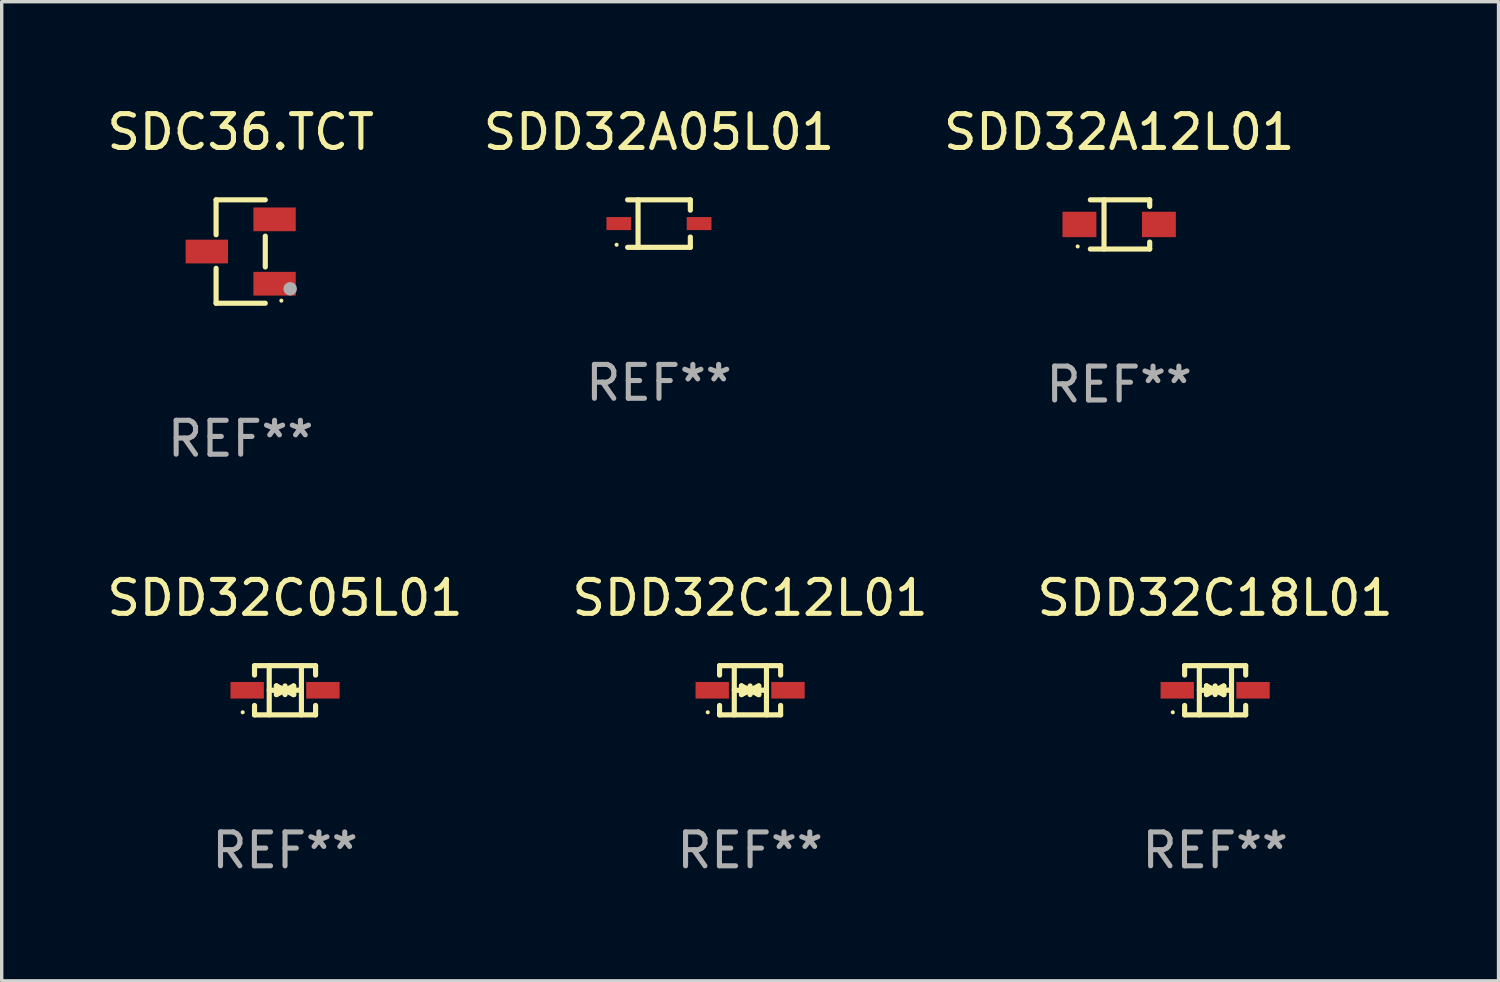
<source format=kicad_pcb>
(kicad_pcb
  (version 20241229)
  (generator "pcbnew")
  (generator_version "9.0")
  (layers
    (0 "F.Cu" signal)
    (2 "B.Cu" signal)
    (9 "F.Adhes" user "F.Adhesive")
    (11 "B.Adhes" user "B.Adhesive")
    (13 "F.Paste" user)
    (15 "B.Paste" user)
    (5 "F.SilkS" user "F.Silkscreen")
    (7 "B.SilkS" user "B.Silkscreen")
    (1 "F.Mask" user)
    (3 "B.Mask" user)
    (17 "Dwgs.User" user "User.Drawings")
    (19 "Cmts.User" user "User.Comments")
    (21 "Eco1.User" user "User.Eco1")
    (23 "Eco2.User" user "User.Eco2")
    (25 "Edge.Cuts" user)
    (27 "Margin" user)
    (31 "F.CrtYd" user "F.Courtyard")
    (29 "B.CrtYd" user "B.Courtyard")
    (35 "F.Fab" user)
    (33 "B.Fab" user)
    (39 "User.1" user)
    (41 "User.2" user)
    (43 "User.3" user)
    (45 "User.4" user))
  (footprint "SDD32A12L01"
    (layer "F.Cu")
    (at 29.982 3.574)
    (property "Reference" "SDD32A12L01" (at 0 -2.726 0) (layer "F.SilkS") (effects (font (size 1 1) (thickness 0.15))))
    (attr through_hole)
    (fp_line (start -0.851 -0.726) (end 0.901 -0.726) (stroke (width 0.152) (type solid)) (layer "F.SilkS"))
    (fp_line (start -0.851 0.726) (end 0.901 0.726) (stroke (width 0.152) (type solid)) (layer "F.SilkS"))
    (fp_line (start -0.447 -0.726) (end -0.447 0.726) (stroke (width 0.152) (type solid)) (layer "F.SilkS"))
    (fp_line (start 0.901 -0.726) (end 0.901 -0.53) (stroke (width 0.152) (type solid)) (layer "F.SilkS"))
    (fp_line (start 0.901 0.726) (end 0.901 0.52) (stroke (width 0.152) (type solid)) (layer "F.SilkS"))
    (fp_circle (center -1.225 0.65) (end -1.195 0.65) (stroke (width 0.06) (type solid)) (fill no) (layer "F.SilkS"))
    (fp_text user "REF**" (at 0 4.726 0) (layer "F.Fab") (effects (font (size 1 1) (thickness 0.15))))
    (pad "1" smd rect (at -1.173 0) (size 1 0.75) (layers "F.Cu" "F.Mask" "F.Paste"))
    (pad "2" smd rect (at 1.173 0) (size 1 0.75) (layers "F.Cu" "F.Mask" "F.Paste")))
  (footprint "SDD32C12L01"
    (layer "F.Cu")
    (at 19.089 17.323)
    (property "Reference" "SDD32C12L01" (at 0 -2.726 0) (layer "F.SilkS") (effects (font (size 1 1) (thickness 0.15))))
    (attr through_hole)
    (fp_line (start -0.901 -0.726) (end -0.901 -0.448) (stroke (width 0.152) (type solid)) (layer "F.SilkS"))
    (fp_line (start -0.901 0.726) (end -0.901 0.448) (stroke (width 0.152) (type solid)) (layer "F.SilkS"))
    (fp_line (start -0.467 0) (end 0.483 -0.003) (stroke (width 0.154) (type solid)) (layer "F.SilkS"))
    (fp_line (start -0.467 0.726) (end -0.467 -0.726) (stroke (width 0.152) (type solid)) (layer "F.SilkS"))
    (fp_line (start -0.254 -0.127) (end -0.254 -0.127) (stroke (width 0.154) (type solid)) (layer "F.SilkS"))
    (fp_line (start -0.254 -0.127) (end -0.002 -0.003) (stroke (width 0.154) (type solid)) (layer "F.SilkS"))
    (fp_line (start -0.254 0.127) (end -0.254 -0.127) (stroke (width 0.154) (type solid)) (layer "F.SilkS"))
    (fp_line (start -0.127 0) (end 0.003 0) (stroke (width 0.154) (type solid)) (layer "F.SilkS"))
    (fp_line (start -0.003 0) (end -0.254 0.127) (stroke (width 0.154) (type solid)) (layer "F.SilkS"))
    (fp_line (start 0 -0.127) (end 0 0.127) (stroke (width 0.154) (type solid)) (layer "F.SilkS"))
    (fp_line (start 0.003 0) (end 0.254 -0.127) (stroke (width 0.154) (type solid)) (layer "F.SilkS"))
    (fp_line (start 0.127 0) (end -0.003 0) (stroke (width 0.154) (type solid)) (layer "F.SilkS"))
    (fp_line (start 0.254 -0.127) (end 0.254 0.127) (stroke (width 0.154) (type solid)) (layer "F.SilkS"))
    (fp_line (start 0.254 0.127) (end 0.002 0.003) (stroke (width 0.154) (type solid)) (layer "F.SilkS"))
    (fp_line (start 0.254 0.127) (end 0.254 0.127) (stroke (width 0.154) (type solid)) (layer "F.SilkS"))
    (fp_line (start 0.483 0.726) (end 0.483 -0.726) (stroke (width 0.152) (type solid)) (layer "F.SilkS"))
    (fp_line (start 0.901 -0.726) (end -0.901 -0.726) (stroke (width 0.152) (type solid)) (layer "F.SilkS"))
    (fp_line (start 0.901 -0.726) (end 0.901 -0.448) (stroke (width 0.152) (type solid)) (layer "F.SilkS"))
    (fp_line (start 0.901 0.726) (end -0.901 0.726) (stroke (width 0.152) (type solid)) (layer "F.SilkS"))
    (fp_line (start 0.901 0.726) (end 0.901 0.448) (stroke (width 0.152) (type solid)) (layer "F.SilkS"))
    (fp_circle (center -1.25 0.65) (end -1.22 0.65) (stroke (width 0.06) (type solid)) (fill no) (layer "F.SilkS"))
    (fp_text user "REF**" (at 0 4.726 0) (layer "F.Fab") (effects (font (size 1 1) (thickness 0.15))))
    (pad "1" smd rect (at -1.118 0) (size 0.985 0.49) (layers "F.Cu" "F.Mask" "F.Paste"))
    (pad "2" smd rect (at 1.118 0) (size 0.985 0.49) (layers "F.Cu" "F.Mask" "F.Paste")))
  (footprint "SDD32A05L01"
    (layer "F.Cu")
    (at 16.399 3.549)
    (property "Reference" "SDD32A05L01" (at 0 -2.701 0) (layer "F.SilkS") (effects (font (size 1 1) (thickness 0.15))))
    (attr through_hole)
    (fp_line (start -0.926 -0.701) (end 0.926 -0.701) (stroke (width 0.152) (type solid)) (layer "F.SilkS"))
    (fp_line (start -0.926 0.701) (end 0.926 0.701) (stroke (width 0.152) (type solid)) (layer "F.SilkS"))
    (fp_line (start -0.617 -0.701) (end -0.617 0.701) (stroke (width 0.152) (type solid)) (layer "F.SilkS"))
    (fp_line (start 0.926 -0.701) (end 0.926 -0.396) (stroke (width 0.152) (type solid)) (layer "F.SilkS"))
    (fp_line (start 0.926 0.701) (end 0.926 0.396) (stroke (width 0.152) (type solid)) (layer "F.SilkS"))
    (fp_circle (center -1.25 0.625) (end -1.22 0.625) (stroke (width 0.06) (type solid)) (fill no) (layer "F.SilkS"))
    (fp_text user "REF**" (at 0 4.701 0) (layer "F.Fab") (effects (font (size 1 1) (thickness 0.15))))
    (pad "1" smd rect (at -1.185 0 180) (size 0.73 0.385) (layers "F.Cu" "F.Mask" "F.Paste"))
    (pad "2" smd rect (at 1.185 0 180) (size 0.73 0.385) (layers "F.Cu" "F.Mask" "F.Paste")))
  (footprint "SDD32C05L01"
    (layer "F.Cu")
    (at 5.363 17.323)
    (property "Reference" "SDD32C05L01" (at 0 -2.726 0) (layer "F.SilkS") (effects (font (size 1 1) (thickness 0.15))))
    (attr through_hole)
    (fp_line (start -0.901 -0.726) (end -0.901 -0.448) (stroke (width 0.152) (type solid)) (layer "F.SilkS"))
    (fp_line (start -0.901 0.726) (end -0.901 0.448) (stroke (width 0.152) (type solid)) (layer "F.SilkS"))
    (fp_line (start -0.467 0) (end 0.483 -0.003) (stroke (width 0.154) (type solid)) (layer "F.SilkS"))
    (fp_line (start -0.467 0.726) (end -0.467 -0.726) (stroke (width 0.152) (type solid)) (layer "F.SilkS"))
    (fp_line (start -0.254 -0.127) (end -0.254 -0.127) (stroke (width 0.154) (type solid)) (layer "F.SilkS"))
    (fp_line (start -0.254 -0.127) (end -0.002 -0.003) (stroke (width 0.154) (type solid)) (layer "F.SilkS"))
    (fp_line (start -0.254 0.127) (end -0.254 -0.127) (stroke (width 0.154) (type solid)) (layer "F.SilkS"))
    (fp_line (start -0.127 0) (end 0.003 0) (stroke (width 0.154) (type solid)) (layer "F.SilkS"))
    (fp_line (start -0.003 0) (end -0.254 0.127) (stroke (width 0.154) (type solid)) (layer "F.SilkS"))
    (fp_line (start 0 -0.127) (end 0 0.127) (stroke (width 0.154) (type solid)) (layer "F.SilkS"))
    (fp_line (start 0.003 0) (end 0.254 -0.127) (stroke (width 0.154) (type solid)) (layer "F.SilkS"))
    (fp_line (start 0.127 0) (end -0.003 0) (stroke (width 0.154) (type solid)) (layer "F.SilkS"))
    (fp_line (start 0.254 -0.127) (end 0.254 0.127) (stroke (width 0.154) (type solid)) (layer "F.SilkS"))
    (fp_line (start 0.254 0.127) (end 0.002 0.003) (stroke (width 0.154) (type solid)) (layer "F.SilkS"))
    (fp_line (start 0.254 0.127) (end 0.254 0.127) (stroke (width 0.154) (type solid)) (layer "F.SilkS"))
    (fp_line (start 0.483 0.726) (end 0.483 -0.726) (stroke (width 0.152) (type solid)) (layer "F.SilkS"))
    (fp_line (start 0.901 -0.726) (end -0.901 -0.726) (stroke (width 0.152) (type solid)) (layer "F.SilkS"))
    (fp_line (start 0.901 -0.726) (end 0.901 -0.448) (stroke (width 0.152) (type solid)) (layer "F.SilkS"))
    (fp_line (start 0.901 0.726) (end -0.901 0.726) (stroke (width 0.152) (type solid)) (layer "F.SilkS"))
    (fp_line (start 0.901 0.726) (end 0.901 0.448) (stroke (width 0.152) (type solid)) (layer "F.SilkS"))
    (fp_circle (center -1.25 0.65) (end -1.22 0.65) (stroke (width 0.06) (type solid)) (fill no) (layer "F.SilkS"))
    (fp_text user "REF**" (at 0 4.726 0) (layer "F.Fab") (effects (font (size 1 1) (thickness 0.15))))
    (pad "1" smd rect (at -1.118 0) (size 0.985 0.49) (layers "F.Cu" "F.Mask" "F.Paste"))
    (pad "2" smd rect (at 1.118 0) (size 0.985 0.49) (layers "F.Cu" "F.Mask" "F.Paste")))
  (footprint "SDD32C18L01"
    (layer "F.Cu")
    (at 32.815 17.323)
    (property "Reference" "SDD32C18L01" (at 0 -2.726 0) (layer "F.SilkS") (effects (font (size 1 1) (thickness 0.15))))
    (attr through_hole)
    (fp_line (start -0.901 -0.726) (end -0.901 -0.448) (stroke (width 0.152) (type solid)) (layer "F.SilkS"))
    (fp_line (start -0.901 0.726) (end -0.901 0.448) (stroke (width 0.152) (type solid)) (layer "F.SilkS"))
    (fp_line (start -0.467 0) (end 0.483 -0.003) (stroke (width 0.154) (type solid)) (layer "F.SilkS"))
    (fp_line (start -0.467 0.726) (end -0.467 -0.726) (stroke (width 0.152) (type solid)) (layer "F.SilkS"))
    (fp_line (start -0.254 -0.127) (end -0.254 -0.127) (stroke (width 0.154) (type solid)) (layer "F.SilkS"))
    (fp_line (start -0.254 -0.127) (end -0.002 -0.003) (stroke (width 0.154) (type solid)) (layer "F.SilkS"))
    (fp_line (start -0.254 0.127) (end -0.254 -0.127) (stroke (width 0.154) (type solid)) (layer "F.SilkS"))
    (fp_line (start -0.127 0) (end 0.003 0) (stroke (width 0.154) (type solid)) (layer "F.SilkS"))
    (fp_line (start -0.003 0) (end -0.254 0.127) (stroke (width 0.154) (type solid)) (layer "F.SilkS"))
    (fp_line (start 0 -0.127) (end 0 0.127) (stroke (width 0.154) (type solid)) (layer "F.SilkS"))
    (fp_line (start 0.003 0) (end 0.254 -0.127) (stroke (width 0.154) (type solid)) (layer "F.SilkS"))
    (fp_line (start 0.127 0) (end -0.003 0) (stroke (width 0.154) (type solid)) (layer "F.SilkS"))
    (fp_line (start 0.254 -0.127) (end 0.254 0.127) (stroke (width 0.154) (type solid)) (layer "F.SilkS"))
    (fp_line (start 0.254 0.127) (end 0.002 0.003) (stroke (width 0.154) (type solid)) (layer "F.SilkS"))
    (fp_line (start 0.254 0.127) (end 0.254 0.127) (stroke (width 0.154) (type solid)) (layer "F.SilkS"))
    (fp_line (start 0.483 0.726) (end 0.483 -0.726) (stroke (width 0.152) (type solid)) (layer "F.SilkS"))
    (fp_line (start 0.901 -0.726) (end -0.901 -0.726) (stroke (width 0.152) (type solid)) (layer "F.SilkS"))
    (fp_line (start 0.901 -0.726) (end 0.901 -0.448) (stroke (width 0.152) (type solid)) (layer "F.SilkS"))
    (fp_line (start 0.901 0.726) (end -0.901 0.726) (stroke (width 0.152) (type solid)) (layer "F.SilkS"))
    (fp_line (start 0.901 0.726) (end 0.901 0.448) (stroke (width 0.152) (type solid)) (layer "F.SilkS"))
    (fp_circle (center -1.25 0.65) (end -1.22 0.65) (stroke (width 0.06) (type solid)) (fill no) (layer "F.SilkS"))
    (fp_text user "REF**" (at 0 4.726 0) (layer "F.Fab") (effects (font (size 1 1) (thickness 0.15))))
    (pad "1" smd rect (at -1.118 0) (size 0.985 0.49) (layers "F.Cu" "F.Mask" "F.Paste"))
    (pad "2" smd rect (at 1.118 0) (size 0.985 0.49) (layers "F.Cu" "F.Mask" "F.Paste")))
  (footprint "SDC36.TCT"
    (layer "F.Cu")
    (at 4.054 4.374)
    (property "Reference" "SDC36.TCT" (at 0 -3.526 0) (layer "F.SilkS") (effects (font (size 1 1) (thickness 0.15))))
    (attr through_hole)
    (fp_line (start -0.726 -1.526) (end -0.726 -0.495) (stroke (width 0.152) (type solid)) (layer "F.SilkS"))
    (fp_line (start -0.726 1.526) (end -0.726 0.495) (stroke (width 0.152) (type solid)) (layer "F.SilkS"))
    (fp_line (start 0.726 -1.526) (end -0.726 -1.526) (stroke (width 0.152) (type solid)) (layer "F.SilkS"))
    (fp_line (start 0.726 -0.455) (end 0.726 0.455) (stroke (width 0.152) (type solid)) (layer "F.SilkS"))
    (fp_line (start 0.726 1.526) (end -0.726 1.526) (stroke (width 0.152) (type solid)) (layer "F.SilkS"))
    (fp_circle (center 1.2 1.45) (end 1.23 1.45) (stroke (width 0.06) (type solid)) (fill no) (layer "F.SilkS"))
    (fp_circle (center 1.46 1.1) (end 1.56 1.1) (stroke (width 0.2) (type solid)) (fill no) (layer "F.Fab"))
    (fp_text user "REF**" (at 0 5.526 0) (layer "F.Fab") (effects (font (size 1 1) (thickness 0.15))))
    (pad "1" smd rect (at 1 0.95) (size 1.25 0.7) (layers "F.Cu" "F.Mask" "F.Paste"))
    (pad "2" smd rect (at 1 -0.95) (size 1.25 0.7) (layers "F.Cu" "F.Mask" "F.Paste"))
    (pad "3" smd rect (at -1 0) (size 1.25 0.7) (layers "F.Cu" "F.Mask" "F.Paste")))
  (gr_rect
    (start -3 -3)
    (end 41.179 25.898)
    (stroke (width 0.1) (type default))
    (fill no)
    (layer "Edge.Cuts")))
</source>
